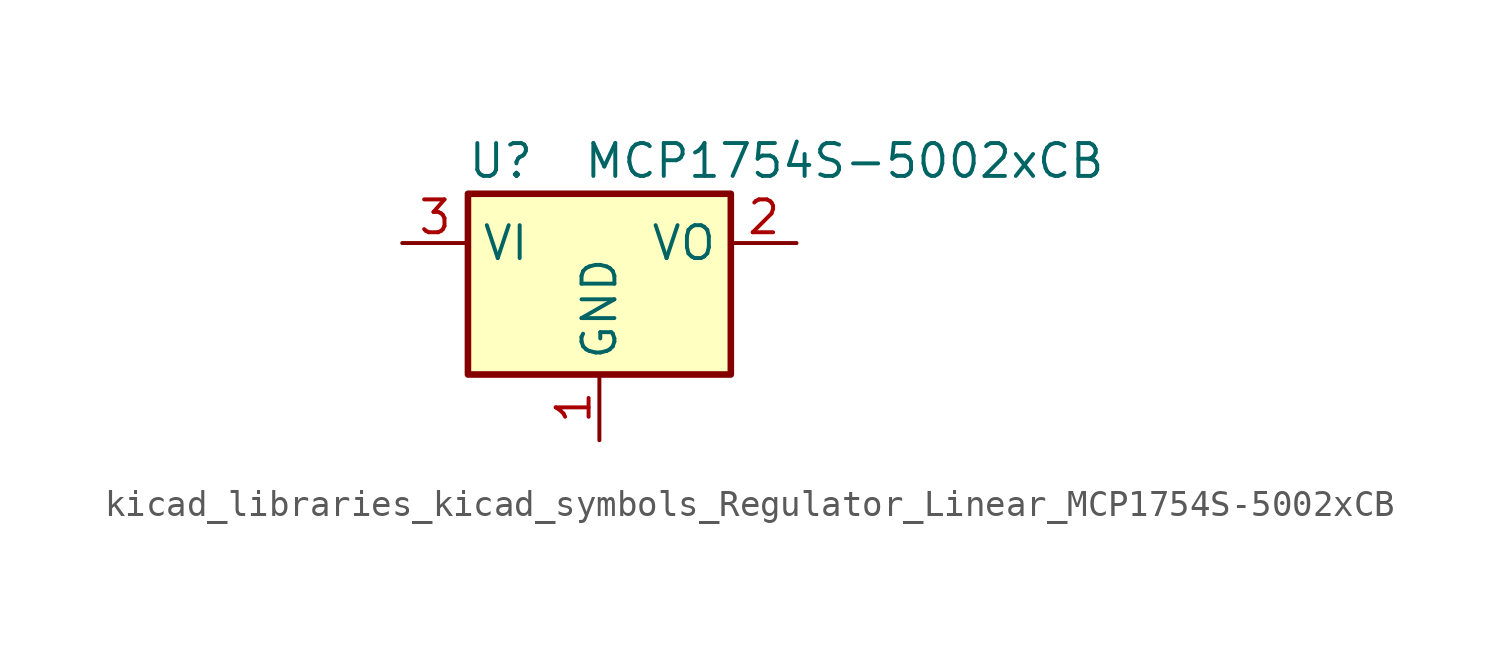
<source format=kicad_sym>
(kicad_symbol_lib
  (version 20220914)
  (generator kicad_symbol_editor)
  (symbol "kicad_libraries_kicad_symbols_Regulator_Linear_MCP1754S-5002xCB"
    (property "Reference" "U"
      (at -3.81 3.175 0)
      (effects (font (size 1.27 1.27))))
    (property "Value" "MCP1754S-5002xCB"
      (at -0.635 3.175 0)
      (effects (font (size 1.27 1.27)) (justify left)))
    (symbol "kicad_libraries_kicad_symbols_Regulator_Linear_MCP1754S-5002xCB_0_1"
      (rectangle (start -5.08 -5.08) (end 5.08 1.905) (stroke (width 0.254) (type default)) (fill (type background))))
    (symbol "kicad_libraries_kicad_symbols_Regulator_Linear_MCP1754S-5002xCB_1_1"
      (pin power_in line (at 0 -7.62 90) (length 2.54) (name "GND" (effects (font (size 1.27 1.27)))) (number "1" (effects (font (size 1.27 1.27)))))
      (pin power_out line (at 7.62 0 180) (length 2.54) (name "VO" (effects (font (size 1.27 1.27)))) (number "2" (effects (font (size 1.27 1.27)))))
      (pin power_in line (at -7.62 0 0) (length 2.54) (name "VI" (effects (font (size 1.27 1.27)))) (number "3" (effects (font (size 1.27 1.27))))))))
</source>
